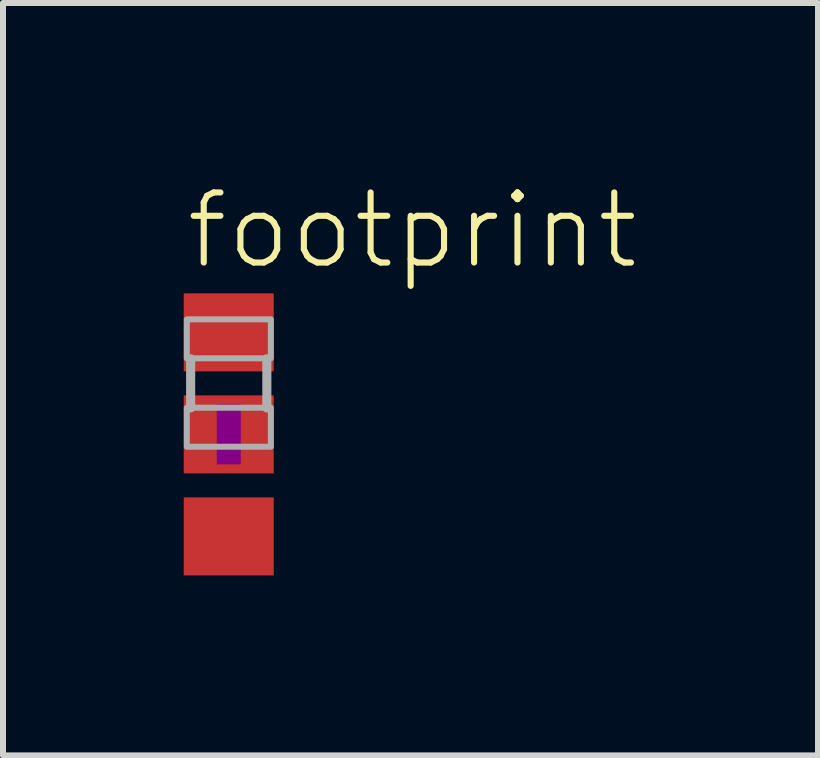
<source format=kicad_pcb>
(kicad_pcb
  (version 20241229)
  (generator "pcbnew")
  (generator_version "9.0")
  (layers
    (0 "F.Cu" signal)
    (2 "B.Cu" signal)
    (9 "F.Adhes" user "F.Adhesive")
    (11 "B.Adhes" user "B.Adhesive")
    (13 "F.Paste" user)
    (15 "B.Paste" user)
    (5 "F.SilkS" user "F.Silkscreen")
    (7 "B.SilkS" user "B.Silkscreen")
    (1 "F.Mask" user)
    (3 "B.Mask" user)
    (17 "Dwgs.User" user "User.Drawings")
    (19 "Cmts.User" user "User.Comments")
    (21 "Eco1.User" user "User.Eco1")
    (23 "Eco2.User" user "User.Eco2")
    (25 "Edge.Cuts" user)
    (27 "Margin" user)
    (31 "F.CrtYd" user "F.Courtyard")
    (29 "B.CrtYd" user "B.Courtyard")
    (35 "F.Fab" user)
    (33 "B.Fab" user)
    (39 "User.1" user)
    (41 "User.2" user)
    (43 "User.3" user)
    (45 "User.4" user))
  (footprint "footprint"
    (layer "F.Cu")
    (at 0.762 4.189)
    (property "Reference" "footprint" (at -0.762 -2.716 0) (layer "F.SilkS") (effects (font (size 1.168 1.168) (thickness 0.102)) (justify left bottom)))
    (fp_poly (pts (xy -0.2 0.5) (xy 0.2 0.5) (xy 0.2 -0.5) (xy -0.2 -0.5)) (stroke (width 0) (type solid)) (fill yes) (layer "F.Adhes"))
    (fp_line (start -0.635 -1.26) (end -0.635 -0.44) (stroke (width 0.152) (type solid)) (layer "F.Fab"))
    (fp_line (start 0.635 -1.26) (end 0.635 -0.44) (stroke (width 0.152) (type solid)) (layer "F.Fab"))
    (fp_poly (pts (xy -0.699 -1.917) (xy -0.699 -1.267) (xy 0.702 -1.267) (xy 0.702 -1.917)) (stroke (width 0.1) (type solid)) (fill no) (layer "F.Fab"))
    (fp_poly (pts (xy -0.699 -0.444) (xy -0.699 0.206) (xy 0.702 0.206) (xy 0.702 -0.444)) (stroke (width 0.1) (type solid)) (fill no) (layer "F.Fab"))
    (pad "1" smd rect (at 0 -1.7 270) (size 1.3 1.5) (layers "F.Cu" "F.Mask" "F.Paste"))
    (pad "2" smd rect (at 0 0 270) (size 1.3 1.5) (layers "F.Cu" "F.Mask" "F.Paste"))
    (pad "3" smd rect (at 0 1.7 270) (size 1.3 1.5) (layers "F.Cu" "F.Mask" "F.Paste")))
  (gr_rect
    (start -3 -3)
    (end 10.582 9.539)
    (stroke (width 0.1) (type default))
    (fill no)
    (layer "Edge.Cuts")))
</source>
